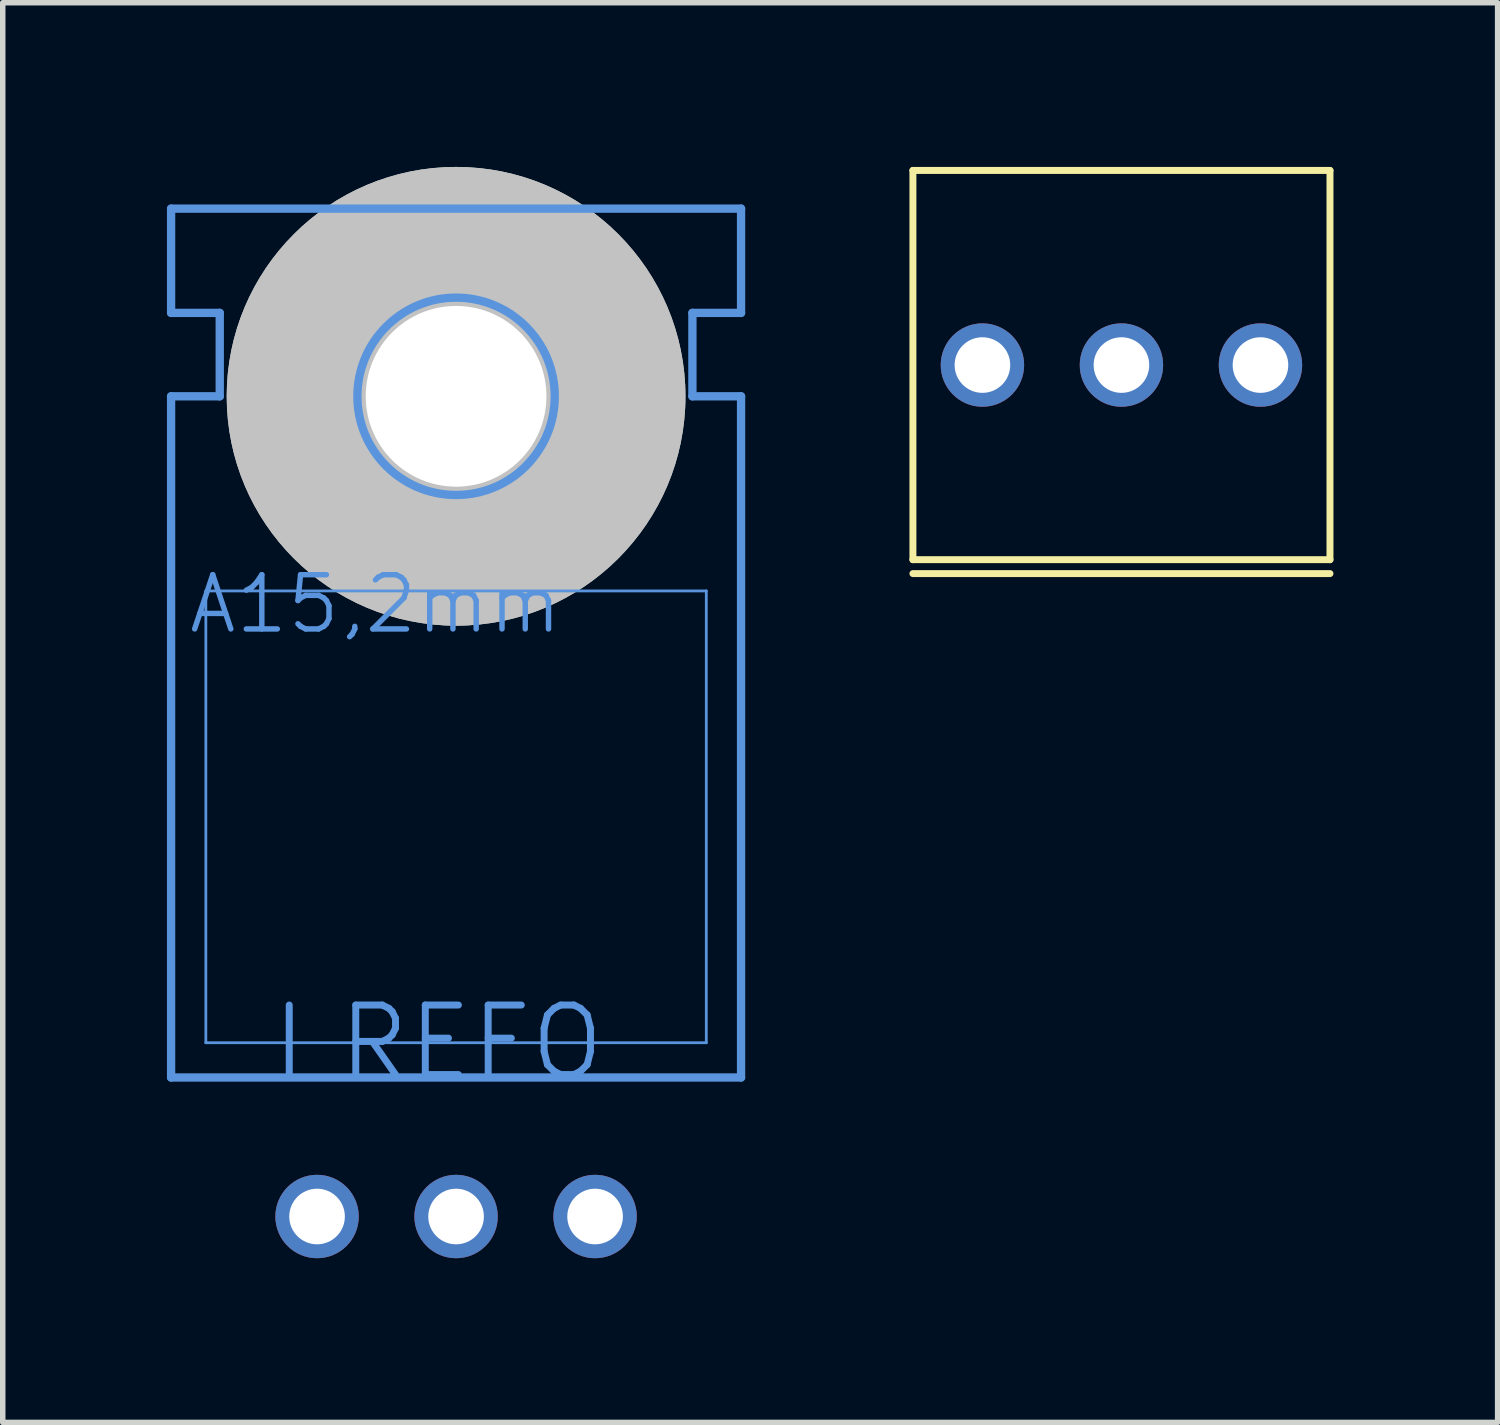
<source format=kicad_pcb>
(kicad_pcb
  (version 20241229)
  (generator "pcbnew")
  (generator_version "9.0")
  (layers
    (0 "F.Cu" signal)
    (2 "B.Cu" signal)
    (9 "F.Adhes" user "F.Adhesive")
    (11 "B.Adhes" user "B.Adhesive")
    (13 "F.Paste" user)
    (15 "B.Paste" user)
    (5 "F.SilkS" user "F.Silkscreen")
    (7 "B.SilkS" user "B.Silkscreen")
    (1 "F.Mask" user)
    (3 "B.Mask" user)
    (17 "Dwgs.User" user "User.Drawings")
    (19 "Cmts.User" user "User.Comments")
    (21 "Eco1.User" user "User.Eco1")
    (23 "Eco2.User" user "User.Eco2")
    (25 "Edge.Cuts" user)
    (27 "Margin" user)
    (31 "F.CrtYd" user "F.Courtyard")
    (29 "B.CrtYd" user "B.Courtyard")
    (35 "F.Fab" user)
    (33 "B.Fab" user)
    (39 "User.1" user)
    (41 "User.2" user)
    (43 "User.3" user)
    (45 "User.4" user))
  (footprint "3362U"
    (layer "F.Cu")
    (at 14.9 6.16)
    (property "Reference" "3362U" (at 0 0 0) (layer "Cmts.User") (effects (font (size 0.001 0.001) (thickness 0.000001))))
    (attr through_hole)
    (fp_line (start -1.27 -6.096) (end -1.27 1.016) (stroke (width 0.127) (type solid)) (layer "F.SilkS"))
    (fp_line (start -1.27 1.016) (end 6.35 1.016) (stroke (width 0.127) (type solid)) (layer "F.SilkS"))
    (fp_line (start -1.27 1.27) (end 6.35 1.27) (stroke (width 0.127) (type solid)) (layer "F.SilkS"))
    (fp_line (start 6.35 -6.096) (end -1.27 -6.096) (stroke (width 0.127) (type solid)) (layer "F.SilkS"))
    (fp_line (start 6.35 1.016) (end 6.35 -6.096) (stroke (width 0.127) (type solid)) (layer "F.SilkS"))
    (pad "P$1" thru_hole oval (at 0 -2.54) (size 1.524 1.524) (drill 1.016) (layers "*.Cu" "*.Mask"))
    (pad "P$2" thru_hole oval (at 2.54 -2.54) (size 1.524 1.524) (drill 1.016) (layers "*.Cu" "*.Mask"))
    (pad "P$3" thru_hole oval (at 5.08 -2.54) (size 1.524 1.524) (drill 1.016) (layers "*.Cu" "*.Mask")))
  (footprint "78XXL"
    (layer "F.Cu")
    (at 5.283 15.367)
    (property "Reference" "78XXL" (at -0.254 -4.191 0) (layer "Eco1.User") (effects (font (size 1.778 1.778) (thickness 0.178))))
    (attr through_hole)
    (fp_circle (center 0 -11.176) (end 4.191 -11.176) (stroke (width 0) (type solid)) (fill yes) (layer "Dwgs.User"))
    (fp_circle (center 0 -11.176) (end 4.191 -11.176) (stroke (width 0) (type solid)) (fill yes) (layer "Dwgs.User"))
    (fp_line (start -5.207 -12.7) (end -5.207 -14.605) (stroke (width 0.152) (type solid)) (layer "Cmts.User"))
    (fp_line (start -5.207 -11.176) (end -4.318 -11.176) (stroke (width 0.152) (type solid)) (layer "Cmts.User"))
    (fp_line (start -5.207 1.27) (end -5.207 -11.176) (stroke (width 0.152) (type solid)) (layer "Cmts.User"))
    (fp_line (start -5.207 1.27) (end 5.207 1.27) (stroke (width 0.152) (type solid)) (layer "Cmts.User"))
    (fp_line (start -4.572 0.635) (end -4.572 -7.62) (stroke (width 0.051) (type solid)) (layer "Cmts.User"))
    (fp_line (start -4.572 0.635) (end 4.572 0.635) (stroke (width 0.051) (type solid)) (layer "Cmts.User"))
    (fp_line (start -4.318 -12.7) (end -5.207 -12.7) (stroke (width 0.152) (type solid)) (layer "Cmts.User"))
    (fp_line (start -4.318 -11.176) (end -4.318 -12.7) (stroke (width 0.152) (type solid)) (layer "Cmts.User"))
    (fp_line (start 4.318 -12.7) (end 5.207 -12.7) (stroke (width 0.152) (type solid)) (layer "Cmts.User"))
    (fp_line (start 4.318 -11.176) (end 4.318 -12.7) (stroke (width 0.152) (type solid)) (layer "Cmts.User"))
    (fp_line (start 4.572 -7.62) (end -4.572 -7.62) (stroke (width 0.051) (type solid)) (layer "Cmts.User"))
    (fp_line (start 4.572 -7.62) (end 4.572 0.635) (stroke (width 0.051) (type solid)) (layer "Cmts.User"))
    (fp_line (start 5.207 -14.605) (end -5.207 -14.605) (stroke (width 0.152) (type solid)) (layer "Cmts.User"))
    (fp_line (start 5.207 -12.7) (end 5.207 -14.605) (stroke (width 0.152) (type solid)) (layer "Cmts.User"))
    (fp_line (start 5.207 -11.176) (end 4.318 -11.176) (stroke (width 0.152) (type solid)) (layer "Cmts.User"))
    (fp_line (start 5.207 1.27) (end 5.207 -11.176) (stroke (width 0.152) (type solid)) (layer "Cmts.User"))
    (fp_circle (center 0 -11.176) (end 1.803 -11.176) (stroke (width 0.152) (type solid)) (fill no) (layer "Cmts.User"))
    (fp_text user "A15,2mm" (at -1.473 -7.379 0) (layer "Cmts.User") (effects (font (size 0.991 0.991) (thickness 0.099))))
    (fp_text user "I" (at -3.048 0.635 0) (layer "Cmts.User") (effects (font (size 1.27 1.27) (thickness 0.127))))
    (fp_text user "REF" (at -0.381 0.635 0) (layer "Cmts.User") (effects (font (size 1.27 1.27) (thickness 0.127))))
    (fp_text user "O" (at 2.032 0.635 0) (layer "Cmts.User") (effects (font (size 1.27 1.27) (thickness 0.127))))
    (pad "" np_thru_hole circle (at 0 -11.176) (size 3.302 3.302) (drill 3.302) (layers "*.Cu" "*.Mask" "F.SilkS"))
    (pad "GND" thru_hole oval (at 0 3.81 90) (size 1.524 1.524) (drill 1.016) (layers "*.Cu" "*.Mask"))
    (pad "IN" thru_hole oval (at -2.54 3.81 90) (size 1.524 1.524) (drill 1.016) (layers "*.Cu" "*.Mask"))
    (pad "OUT" thru_hole oval (at 2.54 3.81 90) (size 1.524 1.524) (drill 1.016) (layers "*.Cu" "*.Mask")))
  (gr_rect
    (start -3 -3)
    (end 24.313 22.939)
    (stroke (width 0.1) (type default))
    (fill no)
    (layer "Edge.Cuts")))
</source>
